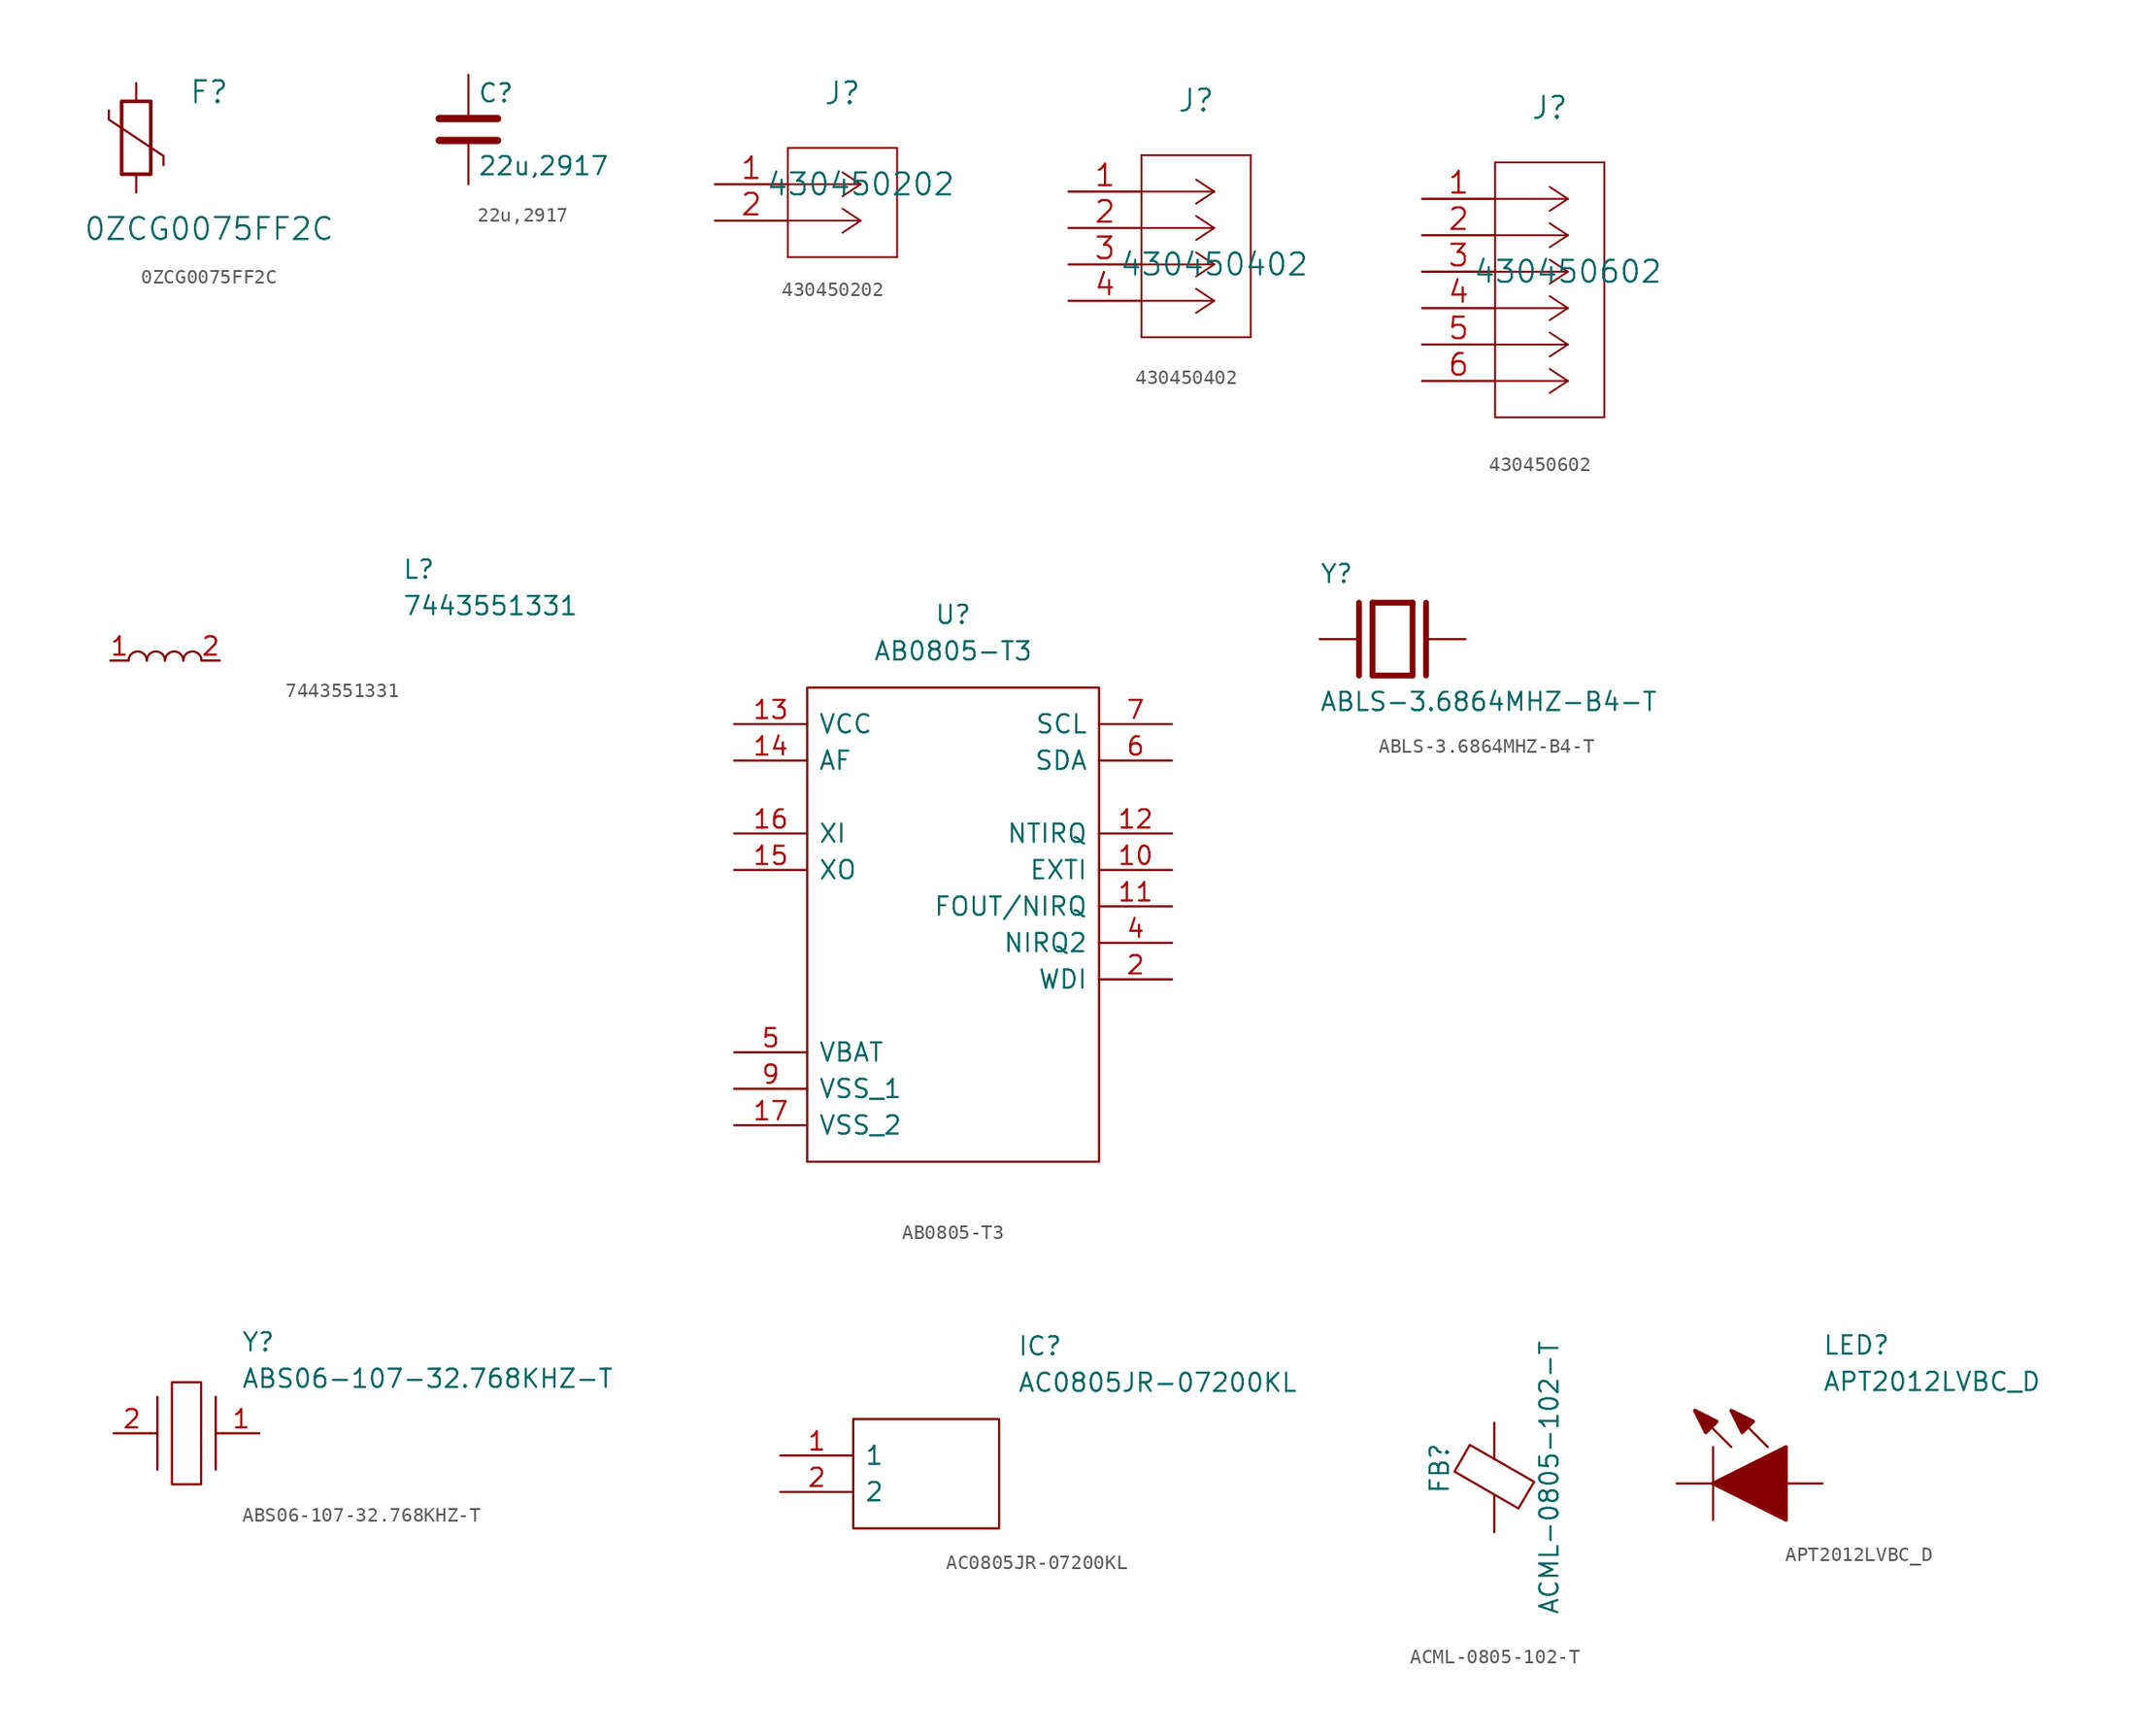
<source format=kicad_sym>
(kicad_symbol_lib
  (version 20220914)
  (generator kicad_symbol_editor)
  (symbol "0ZCG0075FF2C"
    (pin_numbers hide)
    (pin_names hide)
    (property "Reference" "F"
      (at 5.08 3.175 0)
      (effects (font (size 1.524 1.524))))
    (property "Value" "0ZCG0075FF2C"
      (at 5.08 -6.35 0)
      (effects (font (size 1.524 1.524))))
    (property "Datasheet" ""
      (at 0 0 0)
      (effects (font (size 1.524 1.524))))
    (symbol "0ZCG0075FF2C_0_1"
      (rectangle (start -1.016 -2.54) (end 1.016 2.54) (stroke (width 0.254) (type default)) (fill (type none)))
      (polyline (pts (xy 1.905 -1.905) (xy 1.905 -1.27) (xy -1.905 1.27) (xy -1.905 1.905)) (stroke (width 0) (type default)) (fill (type none))))
    (symbol "0ZCG0075FF2C_1_1"
      (pin passive line (at 0 3.81 270) (length 1.27) (name "~" (effects (font (size 1.27 1.27)))) (number "1" (effects (font (size 1.27 1.27)))))
      (pin passive line (at 0 -3.81 90) (length 1.27) (name "~" (effects (font (size 1.27 1.27)))) (number "2" (effects (font (size 1.27 1.27)))))))
  (symbol "22u,2917"
    (pin_numbers hide)
    (pin_names
      (offset 0.254))
    (property "Reference" "C"
      (at 0.635 2.54 0)
      (effects (font (size 1.27 1.27)) (justify left)))
    (property "Value" "22u,2917"
      (at 0.635 -2.54 0)
      (effects (font (size 1.27 1.27)) (justify left)))
    (symbol "22u,2917_0_1"
      (polyline (pts (xy -2.032 -0.762) (xy 2.032 -0.762)) (stroke (width 0.508) (type default)) (fill (type none)))
      (polyline (pts (xy -2.032 0.762) (xy 2.032 0.762)) (stroke (width 0.508) (type default)) (fill (type none))))
    (symbol "22u,2917_1_1"
      (pin passive line (at 0 3.81 270) (length 2.794) (name "~" (effects (font (size 1.27 1.27)))) (number "1" (effects (font (size 1.27 1.27)))))
      (pin passive line (at 0 -3.81 90) (length 2.794) (name "~" (effects (font (size 1.27 1.27)))) (number "2" (effects (font (size 1.27 1.27)))))))
  (symbol "430450202"
    (pin_names
      (offset 0.254) hide)
    (property "Reference" "J"
      (at 8.89 6.35 0)
      (effects (font (size 1.524 1.524))))
    (property "Value" "430450202"
      (at 10.16 0 0)
      (effects (font (size 1.524 1.524))))
    (property "Datasheet" ""
      (at 0 0 0)
      (effects (font (size 1.524 1.524))))
    (symbol "430450202_1_1"
      (polyline (pts (xy 5.08 -5.08) (xy 12.7 -5.08)) (stroke (width 0.127) (type default)) (fill (type none)))
      (polyline (pts (xy 5.08 2.54) (xy 5.08 -5.08)) (stroke (width 0.127) (type default)) (fill (type none)))
      (polyline (pts (xy 10.16 -2.54) (xy 5.08 -2.54)) (stroke (width 0.127) (type default)) (fill (type none)))
      (polyline (pts (xy 10.16 -2.54) (xy 8.89 -3.378)) (stroke (width 0.127) (type default)) (fill (type none)))
      (polyline (pts (xy 10.16 -2.54) (xy 8.89 -1.702)) (stroke (width 0.127) (type default)) (fill (type none)))
      (polyline (pts (xy 10.16 0) (xy 5.08 0)) (stroke (width 0.127) (type default)) (fill (type none)))
      (polyline (pts (xy 10.16 0) (xy 8.89 -0.838)) (stroke (width 0.127) (type default)) (fill (type none)))
      (polyline (pts (xy 10.16 0) (xy 8.89 0.838)) (stroke (width 0.127) (type default)) (fill (type none)))
      (polyline (pts (xy 12.7 -5.08) (xy 12.7 2.54)) (stroke (width 0.127) (type default)) (fill (type none)))
      (polyline (pts (xy 12.7 2.54) (xy 5.08 2.54)) (stroke (width 0.127) (type default)) (fill (type none)))
      (pin passive line (at 0 0 0) (length 5.08) (name "1" (effects (font (size 1.499 1.499)))) (number "1" (effects (font (size 1.499 1.499)))))
      (pin passive line (at 0 -2.54 0) (length 5.08) (name "2" (effects (font (size 1.499 1.499)))) (number "2" (effects (font (size 1.499 1.499)))))))
  (symbol "430450402"
    (pin_names
      (offset 0.254) hide)
    (property "Reference" "J"
      (at 8.89 6.35 0)
      (effects (font (size 1.524 1.524))))
    (property "Value" "430450402"
      (at 10.16 -5.08 0)
      (effects (font (size 1.524 1.524))))
    (property "Datasheet" ""
      (at 0 0 0)
      (effects (font (size 1.524 1.524))))
    (symbol "430450402_1_1"
      (polyline (pts (xy 5.08 -10.16) (xy 12.7 -10.16)) (stroke (width 0.127) (type default)) (fill (type none)))
      (polyline (pts (xy 5.08 2.54) (xy 5.08 -10.16)) (stroke (width 0.127) (type default)) (fill (type none)))
      (polyline (pts (xy 10.16 -7.62) (xy 5.08 -7.62)) (stroke (width 0.127) (type default)) (fill (type none)))
      (polyline (pts (xy 10.16 -7.62) (xy 8.89 -8.458)) (stroke (width 0.127) (type default)) (fill (type none)))
      (polyline (pts (xy 10.16 -7.62) (xy 8.89 -6.782)) (stroke (width 0.127) (type default)) (fill (type none)))
      (polyline (pts (xy 10.16 -5.08) (xy 5.08 -5.08)) (stroke (width 0.127) (type default)) (fill (type none)))
      (polyline (pts (xy 10.16 -5.08) (xy 8.89 -5.918)) (stroke (width 0.127) (type default)) (fill (type none)))
      (polyline (pts (xy 10.16 -5.08) (xy 8.89 -4.242)) (stroke (width 0.127) (type default)) (fill (type none)))
      (polyline (pts (xy 10.16 -2.54) (xy 5.08 -2.54)) (stroke (width 0.127) (type default)) (fill (type none)))
      (polyline (pts (xy 10.16 -2.54) (xy 8.89 -3.378)) (stroke (width 0.127) (type default)) (fill (type none)))
      (polyline (pts (xy 10.16 -2.54) (xy 8.89 -1.702)) (stroke (width 0.127) (type default)) (fill (type none)))
      (polyline (pts (xy 10.16 0) (xy 5.08 0)) (stroke (width 0.127) (type default)) (fill (type none)))
      (polyline (pts (xy 10.16 0) (xy 8.89 -0.838)) (stroke (width 0.127) (type default)) (fill (type none)))
      (polyline (pts (xy 10.16 0) (xy 8.89 0.838)) (stroke (width 0.127) (type default)) (fill (type none)))
      (polyline (pts (xy 12.7 -10.16) (xy 12.7 2.54)) (stroke (width 0.127) (type default)) (fill (type none)))
      (polyline (pts (xy 12.7 2.54) (xy 5.08 2.54)) (stroke (width 0.127) (type default)) (fill (type none)))
      (pin passive line (at 0 0 0) (length 5.08) (name "1" (effects (font (size 1.499 1.499)))) (number "1" (effects (font (size 1.499 1.499)))))
      (pin passive line (at 0 -2.54 0) (length 5.08) (name "2" (effects (font (size 1.499 1.499)))) (number "2" (effects (font (size 1.499 1.499)))))
      (pin passive line (at 0 -5.08 0) (length 5.08) (name "3" (effects (font (size 1.499 1.499)))) (number "3" (effects (font (size 1.499 1.499)))))
      (pin passive line (at 0 -7.62 0) (length 5.08) (name "4" (effects (font (size 1.499 1.499)))) (number "4" (effects (font (size 1.499 1.499)))))))
  (symbol "430450602"
    (pin_names
      (offset 0.254) hide)
    (property "Reference" "J"
      (at 8.89 6.35 0)
      (effects (font (size 1.524 1.524))))
    (property "Value" "430450602"
      (at 10.16 -5.08 0)
      (effects (font (size 1.524 1.524))))
    (property "Datasheet" ""
      (at 0 0 0)
      (effects (font (size 1.524 1.524))))
    (symbol "430450602_1_1"
      (polyline (pts (xy 5.08 -15.24) (xy 12.7 -15.24)) (stroke (width 0.127) (type default)) (fill (type none)))
      (polyline (pts (xy 5.08 2.54) (xy 5.08 -15.24)) (stroke (width 0.127) (type default)) (fill (type none)))
      (polyline (pts (xy 10.16 -12.7) (xy 5.08 -12.7)) (stroke (width 0.127) (type default)) (fill (type none)))
      (polyline (pts (xy 10.16 -12.7) (xy 8.89 -13.538)) (stroke (width 0.127) (type default)) (fill (type none)))
      (polyline (pts (xy 10.16 -12.7) (xy 8.89 -11.862)) (stroke (width 0.127) (type default)) (fill (type none)))
      (polyline (pts (xy 10.16 -10.16) (xy 5.08 -10.16)) (stroke (width 0.127) (type default)) (fill (type none)))
      (polyline (pts (xy 10.16 -10.16) (xy 8.89 -10.998)) (stroke (width 0.127) (type default)) (fill (type none)))
      (polyline (pts (xy 10.16 -10.16) (xy 8.89 -9.322)) (stroke (width 0.127) (type default)) (fill (type none)))
      (polyline (pts (xy 10.16 -7.62) (xy 5.08 -7.62)) (stroke (width 0.127) (type default)) (fill (type none)))
      (polyline (pts (xy 10.16 -7.62) (xy 8.89 -8.458)) (stroke (width 0.127) (type default)) (fill (type none)))
      (polyline (pts (xy 10.16 -7.62) (xy 8.89 -6.782)) (stroke (width 0.127) (type default)) (fill (type none)))
      (polyline (pts (xy 10.16 -5.08) (xy 5.08 -5.08)) (stroke (width 0.127) (type default)) (fill (type none)))
      (polyline (pts (xy 10.16 -5.08) (xy 8.89 -5.918)) (stroke (width 0.127) (type default)) (fill (type none)))
      (polyline (pts (xy 10.16 -5.08) (xy 8.89 -4.242)) (stroke (width 0.127) (type default)) (fill (type none)))
      (polyline (pts (xy 10.16 -2.54) (xy 5.08 -2.54)) (stroke (width 0.127) (type default)) (fill (type none)))
      (polyline (pts (xy 10.16 -2.54) (xy 8.89 -3.378)) (stroke (width 0.127) (type default)) (fill (type none)))
      (polyline (pts (xy 10.16 -2.54) (xy 8.89 -1.702)) (stroke (width 0.127) (type default)) (fill (type none)))
      (polyline (pts (xy 10.16 0) (xy 5.08 0)) (stroke (width 0.127) (type default)) (fill (type none)))
      (polyline (pts (xy 10.16 0) (xy 8.89 -0.838)) (stroke (width 0.127) (type default)) (fill (type none)))
      (polyline (pts (xy 10.16 0) (xy 8.89 0.838)) (stroke (width 0.127) (type default)) (fill (type none)))
      (polyline (pts (xy 12.7 -15.24) (xy 12.7 2.54)) (stroke (width 0.127) (type default)) (fill (type none)))
      (polyline (pts (xy 12.7 2.54) (xy 5.08 2.54)) (stroke (width 0.127) (type default)) (fill (type none)))
      (pin passive line (at 0 0 0) (length 5.08) (name "1" (effects (font (size 1.499 1.499)))) (number "1" (effects (font (size 1.499 1.499)))))
      (pin passive line (at 0 -2.54 0) (length 5.08) (name "2" (effects (font (size 1.499 1.499)))) (number "2" (effects (font (size 1.499 1.499)))))
      (pin passive line (at 0 -5.08 0) (length 5.08) (name "3" (effects (font (size 1.499 1.499)))) (number "3" (effects (font (size 1.499 1.499)))))
      (pin passive line (at 0 -7.62 0) (length 5.08) (name "4" (effects (font (size 1.499 1.499)))) (number "4" (effects (font (size 1.499 1.499)))))
      (pin passive line (at 0 -10.16 0) (length 5.08) (name "5" (effects (font (size 1.499 1.499)))) (number "5" (effects (font (size 1.499 1.499)))))
      (pin passive line (at 0 -12.7 0) (length 5.08) (name "6" (effects (font (size 1.499 1.499)))) (number "6" (effects (font (size 1.499 1.499)))))))
  (symbol "7443551331"
    (pin_names
      (offset 0.762))
    (property "Reference" "L"
      (at 16.51 6.35 0)
      (effects (font (size 1.27 1.27)) (justify left)))
    (property "Value" "7443551331"
      (at 16.51 3.81 0)
      (effects (font (size 1.27 1.27)) (justify left)))
    (symbol "7443551331_0_1"
      (arc (start -1.27 0) (mid -1.905 0.6323) (end -2.54 0) (stroke (width 0) (type default)) (fill (type none)))
      (arc (start 0 0) (mid -0.635 0.6323) (end -1.27 0) (stroke (width 0) (type default)) (fill (type none)))
      (arc (start 1.27 0) (mid 0.635 0.6323) (end 0 0) (stroke (width 0) (type default)) (fill (type none)))
      (arc (start 2.54 0) (mid 1.905 0.6323) (end 1.27 0) (stroke (width 0) (type default)) (fill (type none))))
    (symbol "7443551331_1_1"
      (pin passive line (at -3.81 0 0) (length 1.27) (name "~" (effects (font (size 1.27 1.27)))) (number "1" (effects (font (size 1.27 1.27)))))
      (pin passive line (at 3.81 0 180) (length 1.27) (name "~" (effects (font (size 1.27 1.27)))) (number "2" (effects (font (size 1.27 1.27)))))))
  (symbol "AB0805-T3"
    (pin_names
      (offset 0.762))
    (property "Reference" "U"
      (at 0 17.78 0)
      (effects (font (size 1.27 1.27))))
    (property "Value" "AB0805-T3"
      (at 0 15.24 0)
      (effects (font (size 1.27 1.27))))
    (symbol "AB0805-T3_0_0"
      (pin no_connect line (at 15.24 -12.7 180) (length 5.08) hide (name "~" (effects (font (size 1.27 1.27)))) (number "1" (effects (font (size 1.27 1.27)))))
      (pin input line (at 15.24 0 180) (length 5.08) (name "EXTI" (effects (font (size 1.27 1.27)))) (number "10" (effects (font (size 1.27 1.27)))))
      (pin output line (at 15.24 -2.54 180) (length 5.08) (name "FOUT/NIRQ" (effects (font (size 1.27 1.27)))) (number "11" (effects (font (size 1.27 1.27)))))
      (pin output line (at 15.24 2.54 180) (length 5.08) (name "NTIRQ" (effects (font (size 1.27 1.27)))) (number "12" (effects (font (size 1.27 1.27)))))
      (pin power_in line (at -15.24 10.16 0) (length 5.08) (name "VCC" (effects (font (size 1.27 1.27)))) (number "13" (effects (font (size 1.27 1.27)))))
      (pin output line (at -15.24 7.62 0) (length 5.08) (name "AF" (effects (font (size 1.27 1.27)))) (number "14" (effects (font (size 1.27 1.27)))))
      (pin passive line (at -15.24 0 0) (length 5.08) (name "XO" (effects (font (size 1.27 1.27)))) (number "15" (effects (font (size 1.27 1.27)))))
      (pin passive line (at -15.24 2.54 0) (length 5.08) (name "XI" (effects (font (size 1.27 1.27)))) (number "16" (effects (font (size 1.27 1.27)))))
      (pin power_in line (at -15.24 -17.78 0) (length 5.08) (name "VSS_2" (effects (font (size 1.27 1.27)))) (number "17" (effects (font (size 1.27 1.27)))))
      (pin input line (at 15.24 -7.62 180) (length 5.08) (name "WDI" (effects (font (size 1.27 1.27)))) (number "2" (effects (font (size 1.27 1.27)))))
      (pin no_connect line (at 15.24 -15.24 180) (length 5.08) hide (name "~" (effects (font (size 1.27 1.27)))) (number "3" (effects (font (size 1.27 1.27)))))
      (pin output line (at 15.24 -5.08 180) (length 5.08) (name "NIRQ2" (effects (font (size 1.27 1.27)))) (number "4" (effects (font (size 1.27 1.27)))))
      (pin power_in line (at -15.24 -12.7 0) (length 5.08) (name "VBAT" (effects (font (size 1.27 1.27)))) (number "5" (effects (font (size 1.27 1.27)))))
      (pin input line (at 15.24 7.62 180) (length 5.08) (name "SDA" (effects (font (size 1.27 1.27)))) (number "6" (effects (font (size 1.27 1.27)))))
      (pin input line (at 15.24 10.16 180) (length 5.08) (name "SCL" (effects (font (size 1.27 1.27)))) (number "7" (effects (font (size 1.27 1.27)))))
      (pin no_connect line (at 15.24 -17.78 180) (length 5.08) hide (name "~" (effects (font (size 1.27 1.27)))) (number "8" (effects (font (size 1.27 1.27)))))
      (pin power_in line (at -15.24 -15.24 0) (length 5.08) (name "VSS_1" (effects (font (size 1.27 1.27)))) (number "9" (effects (font (size 1.27 1.27))))))
    (symbol "AB0805-T3_0_1"
      (polyline (pts (xy -10.16 12.7) (xy 10.16 12.7) (xy 10.16 -20.32) (xy -10.16 -20.32) (xy -10.16 12.7)) (stroke (width 0.152) (type default)) (fill (type none)))))
  (symbol "ABLS-3.6864MHZ-B4-T"
    (pin_numbers hide)
    (pin_names
      (offset 1.016) hide)
    (property "Reference" "Y"
      (at -5.08 3.81 0)
      (effects (font (size 1.27 1.27)) (justify left bottom)))
    (property "Value" "ABLS-3.6864MHZ-B4-T"
      (at -5.105 -5.105 0)
      (effects (font (size 1.27 1.27)) (justify left bottom)))
    (symbol "ABLS-3.6864MHZ-B4-T_0_0"
      (polyline (pts (xy -2.337 2.54) (xy -2.337 -2.54)) (stroke (width 0.406) (type default)) (fill (type none)))
      (polyline (pts (xy -1.397 2.54) (xy -1.397 -2.54)) (stroke (width 0.406) (type default)) (fill (type none)))
      (polyline (pts (xy -1.397 2.54) (xy 1.397 2.54)) (stroke (width 0.406) (type default)) (fill (type none)))
      (polyline (pts (xy 1.397 -2.54) (xy -1.397 -2.54)) (stroke (width 0.406) (type default)) (fill (type none)))
      (polyline (pts (xy 1.397 2.54) (xy 1.397 -2.54)) (stroke (width 0.406) (type default)) (fill (type none)))
      (polyline (pts (xy 2.337 2.54) (xy 2.337 -2.54)) (stroke (width 0.406) (type default)) (fill (type none)))
      (pin passive line (at -5.08 0 0) (length 2.54) (name "~" (effects (font (size 1.016 1.016)))) (number "1" (effects (font (size 1.016 1.016)))))
      (pin passive line (at 5.08 0 180) (length 2.54) (name "~" (effects (font (size 1.016 1.016)))) (number "2" (effects (font (size 1.016 1.016)))))))
  (symbol "ABS06-107-32.768KHZ-T"
    (pin_names
      (offset 0.762))
    (property "Reference" "Y"
      (at 8.89 6.35 0)
      (effects (font (size 1.27 1.27)) (justify left)))
    (property "Value" "ABS06-107-32.768KHZ-T"
      (at 8.89 3.81 0)
      (effects (font (size 1.27 1.27)) (justify left)))
    (symbol "ABS06-107-32.768KHZ-T_0_0"
      (pin passive line (at 10.16 0 180) (length 2.54) (name "~" (effects (font (size 1.27 1.27)))) (number "1" (effects (font (size 1.27 1.27)))))
      (pin passive line (at 0 0 0) (length 2.54) (name "~" (effects (font (size 1.27 1.27)))) (number "2" (effects (font (size 1.27 1.27))))))
    (symbol "ABS06-107-32.768KHZ-T_0_1"
      (polyline (pts (xy 3.048 0) (xy 2.54 0)) (stroke (width 0.152) (type default)) (fill (type none)))
      (polyline (pts (xy 3.048 2.54) (xy 3.048 -2.54)) (stroke (width 0.152) (type default)) (fill (type none)))
      (polyline (pts (xy 7.112 0) (xy 7.62 0)) (stroke (width 0.152) (type default)) (fill (type none)))
      (polyline (pts (xy 7.112 2.54) (xy 7.112 -2.54)) (stroke (width 0.152) (type default)) (fill (type none)))
      (polyline (pts (xy 4.064 3.556) (xy 4.064 -3.556) (xy 6.096 -3.556) (xy 6.096 3.556) (xy 4.064 3.556)) (stroke (width 0.152) (type default)) (fill (type none)))))
  (symbol "AC0805JR-07200KL"
    (pin_names
      (offset 0.762))
    (property "Reference" "IC"
      (at 16.51 7.62 0)
      (effects (font (size 1.27 1.27)) (justify left)))
    (property "Value" "AC0805JR-07200KL"
      (at 16.51 5.08 0)
      (effects (font (size 1.27 1.27)) (justify left)))
    (symbol "AC0805JR-07200KL_0_0"
      (pin passive line (at 0 0 0) (length 5.08) (name "1" (effects (font (size 1.27 1.27)))) (number "1" (effects (font (size 1.27 1.27)))))
      (pin passive line (at 0 -2.54 0) (length 5.08) (name "2" (effects (font (size 1.27 1.27)))) (number "2" (effects (font (size 1.27 1.27))))))
    (symbol "AC0805JR-07200KL_0_1"
      (polyline (pts (xy 5.08 2.54) (xy 15.24 2.54) (xy 15.24 -5.08) (xy 5.08 -5.08) (xy 5.08 2.54)) (stroke (width 0.152) (type default)) (fill (type none)))))
  (symbol "ACML-0805-102-T"
    (pin_numbers hide)
    (pin_names
      (offset 0))
    (property "Reference" "FB"
      (at -3.81 0.635 90)
      (effects (font (size 1.27 1.27))))
    (property "Value" "ACML-0805-102-T"
      (at 3.81 0 90)
      (effects (font (size 1.27 1.27))))
    (symbol "ACML-0805-102-T_0_1"
      (polyline (pts (xy 0 -1.27) (xy 0 -1.219)) (stroke (width 0) (type default)) (fill (type none)))
      (polyline (pts (xy 0 1.27) (xy 0 1.295)) (stroke (width 0) (type default)) (fill (type none)))
      (polyline (pts (xy -2.769 0.406) (xy -1.702 2.261) (xy 2.769 -0.305) (xy 1.676 -2.159) (xy -2.769 0.406)) (stroke (width 0) (type default)) (fill (type none))))
    (symbol "ACML-0805-102-T_1_1"
      (pin passive line (at 0 3.81 270) (length 2.54) (name "~" (effects (font (size 1.27 1.27)))) (number "1" (effects (font (size 1.27 1.27)))))
      (pin passive line (at 0 -3.81 90) (length 2.54) (name "~" (effects (font (size 1.27 1.27)))) (number "2" (effects (font (size 1.27 1.27)))))))
  (symbol "APT2012LVBC_D"
    (pin_names
      (offset 0.762))
    (property "Reference" "LED"
      (at 12.7 8.89 0)
      (effects (font (size 1.27 1.27)) (justify left bottom)))
    (property "Value" "APT2012LVBC_D"
      (at 12.7 6.35 0)
      (effects (font (size 1.27 1.27)) (justify left bottom)))
    (symbol "APT2012LVBC_D_0_1"
      (polyline (pts (xy 2.54 0) (xy 5.08 0)) (stroke (width 0.152) (type default)) (fill (type none)))
      (polyline (pts (xy 5.08 2.54) (xy 5.08 -2.54)) (stroke (width 0.152) (type default)) (fill (type none)))
      (polyline (pts (xy 6.35 2.54) (xy 3.81 5.08)) (stroke (width 0.152) (type default)) (fill (type none)))
      (polyline (pts (xy 8.89 2.54) (xy 6.35 5.08)) (stroke (width 0.152) (type default)) (fill (type none)))
      (polyline (pts (xy 10.16 0) (xy 12.7 0)) (stroke (width 0.152) (type default)) (fill (type none)))
      (polyline (pts (xy 5.08 0) (xy 10.16 2.54) (xy 10.16 -2.54) (xy 5.08 0)) (stroke (width 0.254) (type default)) (fill (type outline)))
      (polyline (pts (xy 5.334 4.318) (xy 4.572 3.556) (xy 3.81 5.08) (xy 5.334 4.318)) (stroke (width 0.254) (type default)) (fill (type outline)))
      (polyline (pts (xy 7.874 4.318) (xy 7.112 3.556) (xy 6.35 5.08) (xy 7.874 4.318)) (stroke (width 0.254) (type default)) (fill (type outline))))))
</source>
